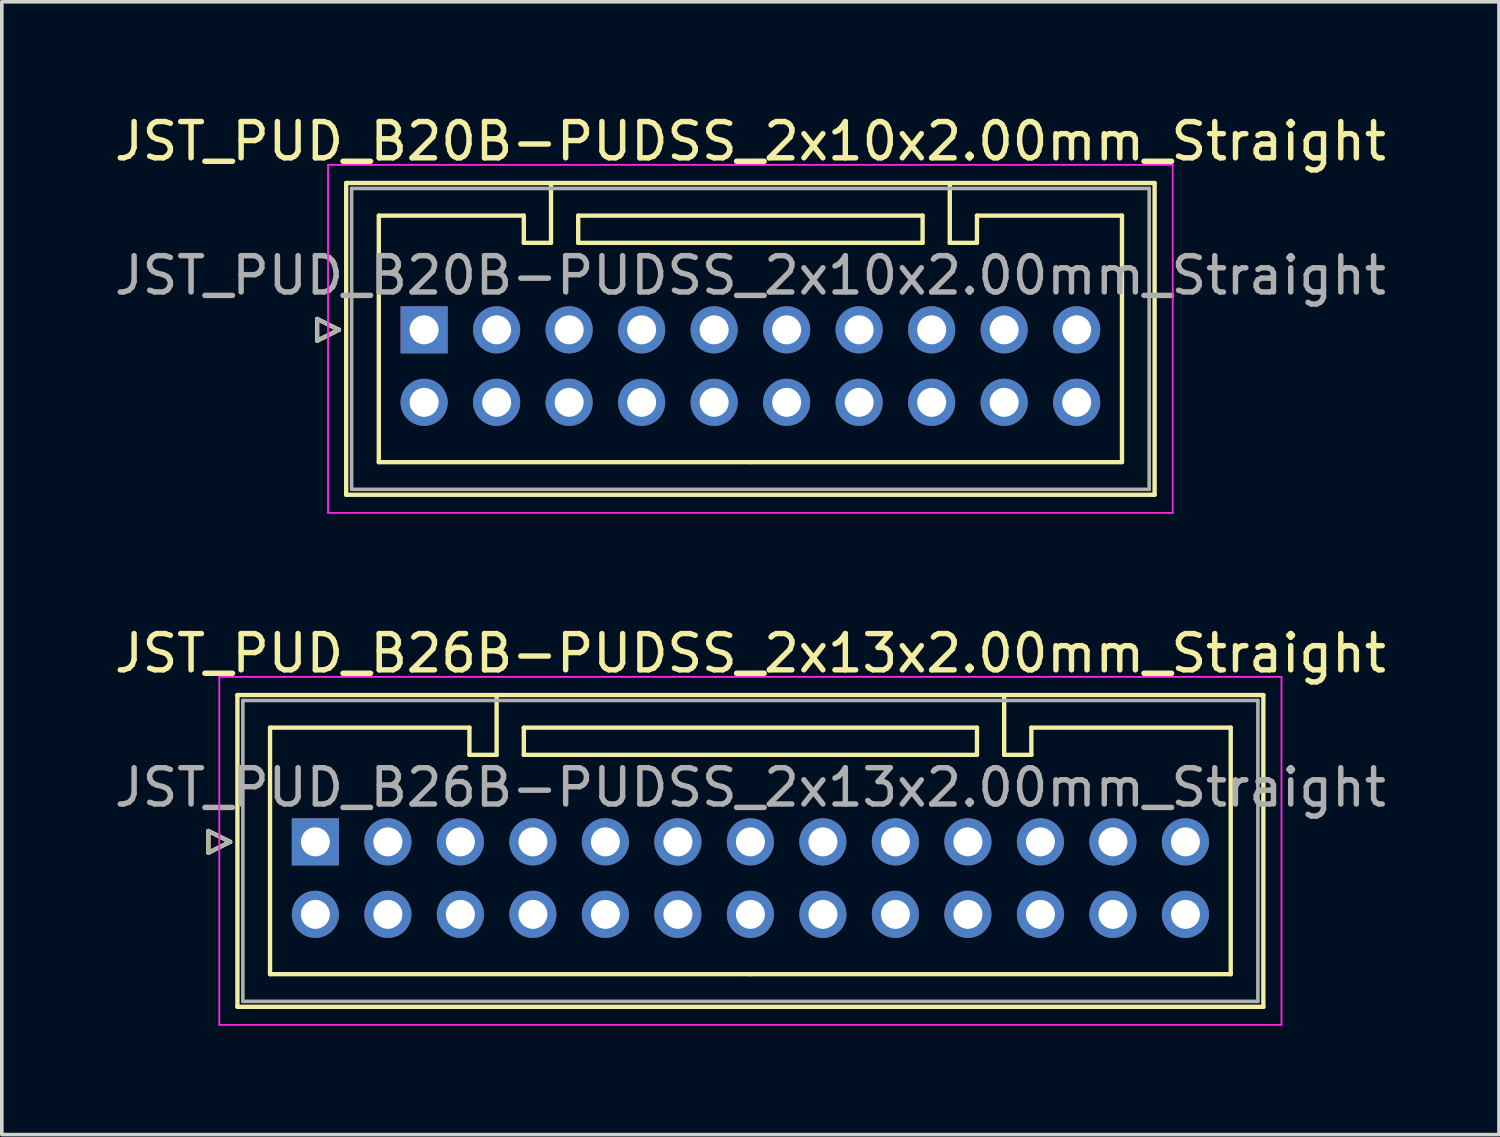
<source format=kicad_pcb>
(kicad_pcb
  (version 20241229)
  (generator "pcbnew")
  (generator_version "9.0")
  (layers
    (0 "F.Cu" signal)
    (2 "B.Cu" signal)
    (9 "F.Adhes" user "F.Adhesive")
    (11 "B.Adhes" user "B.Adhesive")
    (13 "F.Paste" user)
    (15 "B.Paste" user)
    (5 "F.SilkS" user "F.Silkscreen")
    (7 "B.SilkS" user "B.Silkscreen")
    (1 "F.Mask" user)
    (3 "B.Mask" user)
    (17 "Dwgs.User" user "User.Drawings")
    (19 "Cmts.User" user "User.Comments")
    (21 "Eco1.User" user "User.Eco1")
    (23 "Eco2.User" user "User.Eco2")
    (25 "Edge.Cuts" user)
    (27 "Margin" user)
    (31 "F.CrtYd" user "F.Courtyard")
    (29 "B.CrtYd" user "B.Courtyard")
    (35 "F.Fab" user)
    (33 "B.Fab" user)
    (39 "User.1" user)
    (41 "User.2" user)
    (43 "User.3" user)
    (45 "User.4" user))
  (footprint "JST_PUD_B20B-PUDSS_2x10x2.00mm_Straight"
    (layer "F.Cu")
    (at 8.649 6.048)
    (property "Reference" "JST_PUD_B20B-PUDSS_2x10x2.00mm_Straight" (at 9 -5.2 0) (layer "F.SilkS") (effects (font (size 1 1) (thickness 0.15))))
    (attr through_hole)
    (fp_line (start -2.95 -0.3) (end -2.35 0) (stroke (width 0.12) (type solid)) (layer "F.SilkS"))
    (fp_line (start -2.95 0.3) (end -2.95 -0.3) (stroke (width 0.12) (type solid)) (layer "F.SilkS"))
    (fp_line (start -2.35 0) (end -2.95 0.3) (stroke (width 0.12) (type solid)) (layer "F.SilkS"))
    (fp_line (start -2.15 -4.05) (end -2.15 4.55) (stroke (width 0.12) (type solid)) (layer "F.SilkS"))
    (fp_line (start -2.15 4.55) (end 20.15 4.55) (stroke (width 0.12) (type solid)) (layer "F.SilkS"))
    (fp_line (start -1.25 -3.15) (end -1.25 3.65) (stroke (width 0.12) (type solid)) (layer "F.SilkS"))
    (fp_line (start -1.25 3.65) (end 9 3.65) (stroke (width 0.12) (type solid)) (layer "F.SilkS"))
    (fp_line (start 2.75 -3.15) (end -1.25 -3.15) (stroke (width 0.12) (type solid)) (layer "F.SilkS"))
    (fp_line (start 2.75 -2.4) (end 2.75 -3.15) (stroke (width 0.12) (type solid)) (layer "F.SilkS"))
    (fp_line (start 3.5 -4.05) (end 3.5 -2.4) (stroke (width 0.12) (type solid)) (layer "F.SilkS"))
    (fp_line (start 3.5 -2.4) (end 2.75 -2.4) (stroke (width 0.12) (type solid)) (layer "F.SilkS"))
    (fp_line (start 4.25 -3.15) (end 4.25 -2.4) (stroke (width 0.12) (type solid)) (layer "F.SilkS"))
    (fp_line (start 4.25 -2.4) (end 13.75 -2.4) (stroke (width 0.12) (type solid)) (layer "F.SilkS"))
    (fp_line (start 13.75 -3.15) (end 4.25 -3.15) (stroke (width 0.12) (type solid)) (layer "F.SilkS"))
    (fp_line (start 13.75 -2.4) (end 13.75 -3.15) (stroke (width 0.12) (type solid)) (layer "F.SilkS"))
    (fp_line (start 14.5 -4.05) (end 14.5 -2.4) (stroke (width 0.12) (type solid)) (layer "F.SilkS"))
    (fp_line (start 14.5 -2.4) (end 15.25 -2.4) (stroke (width 0.12) (type solid)) (layer "F.SilkS"))
    (fp_line (start 15.25 -3.15) (end 19.25 -3.15) (stroke (width 0.12) (type solid)) (layer "F.SilkS"))
    (fp_line (start 15.25 -2.4) (end 15.25 -3.15) (stroke (width 0.12) (type solid)) (layer "F.SilkS"))
    (fp_line (start 19.25 -3.15) (end 19.25 3.65) (stroke (width 0.12) (type solid)) (layer "F.SilkS"))
    (fp_line (start 19.25 3.65) (end 9 3.65) (stroke (width 0.12) (type solid)) (layer "F.SilkS"))
    (fp_line (start 20.15 -4.05) (end -2.15 -4.05) (stroke (width 0.12) (type solid)) (layer "F.SilkS"))
    (fp_line (start 20.15 4.55) (end 20.15 -4.05) (stroke (width 0.12) (type solid)) (layer "F.SilkS"))
    (fp_line (start -2.65 -4.55) (end -2.65 5.05) (stroke (width 0.05) (type solid)) (layer "F.CrtYd"))
    (fp_line (start -2.65 5.05) (end 20.65 5.05) (stroke (width 0.05) (type solid)) (layer "F.CrtYd"))
    (fp_line (start 20.65 -4.55) (end -2.65 -4.55) (stroke (width 0.05) (type solid)) (layer "F.CrtYd"))
    (fp_line (start 20.65 5.05) (end 20.65 -4.55) (stroke (width 0.05) (type solid)) (layer "F.CrtYd"))
    (fp_line (start -2.95 -0.3) (end -2.35 0) (stroke (width 0.1) (type solid)) (layer "F.Fab"))
    (fp_line (start -2.95 0.3) (end -2.95 -0.3) (stroke (width 0.1) (type solid)) (layer "F.Fab"))
    (fp_line (start -2.35 0) (end -2.95 0.3) (stroke (width 0.1) (type solid)) (layer "F.Fab"))
    (fp_line (start -2 -3.9) (end -2 4.4) (stroke (width 0.1) (type solid)) (layer "F.Fab"))
    (fp_line (start -2 4.4) (end 20 4.4) (stroke (width 0.1) (type solid)) (layer "F.Fab"))
    (fp_line (start 20 -3.9) (end -2 -3.9) (stroke (width 0.1) (type solid)) (layer "F.Fab"))
    (fp_line (start 20 4.4) (end 20 -3.9) (stroke (width 0.1) (type solid)) (layer "F.Fab"))
    (fp_text user "${REFERENCE}" (at 9 -1.5 0) (layer "F.Fab") (effects (font (size 1 1) (thickness 0.15))))
    (pad "1" thru_hole rect (at 0 0) (size 1.3 1.3) (drill 0.8) (layers "*.Cu" "*.Mask"))
    (pad "2" thru_hole circle (at 0 2) (size 1.3 1.3) (drill 0.8) (layers "*.Cu" "*.Mask"))
    (pad "3" thru_hole circle (at 2 0) (size 1.3 1.3) (drill 0.8) (layers "*.Cu" "*.Mask"))
    (pad "4" thru_hole circle (at 2 2) (size 1.3 1.3) (drill 0.8) (layers "*.Cu" "*.Mask"))
    (pad "5" thru_hole circle (at 4 0) (size 1.3 1.3) (drill 0.8) (layers "*.Cu" "*.Mask"))
    (pad "6" thru_hole circle (at 4 2) (size 1.3 1.3) (drill 0.8) (layers "*.Cu" "*.Mask"))
    (pad "7" thru_hole circle (at 6 0) (size 1.3 1.3) (drill 0.8) (layers "*.Cu" "*.Mask"))
    (pad "8" thru_hole circle (at 6 2) (size 1.3 1.3) (drill 0.8) (layers "*.Cu" "*.Mask"))
    (pad "9" thru_hole circle (at 8 0) (size 1.3 1.3) (drill 0.8) (layers "*.Cu" "*.Mask"))
    (pad "10" thru_hole circle (at 8 2) (size 1.3 1.3) (drill 0.8) (layers "*.Cu" "*.Mask"))
    (pad "11" thru_hole circle (at 10 0) (size 1.3 1.3) (drill 0.8) (layers "*.Cu" "*.Mask"))
    (pad "12" thru_hole circle (at 10 2) (size 1.3 1.3) (drill 0.8) (layers "*.Cu" "*.Mask"))
    (pad "13" thru_hole circle (at 12 0) (size 1.3 1.3) (drill 0.8) (layers "*.Cu" "*.Mask"))
    (pad "14" thru_hole circle (at 12 2) (size 1.3 1.3) (drill 0.8) (layers "*.Cu" "*.Mask"))
    (pad "15" thru_hole circle (at 14 0) (size 1.3 1.3) (drill 0.8) (layers "*.Cu" "*.Mask"))
    (pad "16" thru_hole circle (at 14 2) (size 1.3 1.3) (drill 0.8) (layers "*.Cu" "*.Mask"))
    (pad "17" thru_hole circle (at 16 0) (size 1.3 1.3) (drill 0.8) (layers "*.Cu" "*.Mask"))
    (pad "18" thru_hole circle (at 16 2) (size 1.3 1.3) (drill 0.8) (layers "*.Cu" "*.Mask"))
    (pad "19" thru_hole circle (at 18 0) (size 1.3 1.3) (drill 0.8) (layers "*.Cu" "*.Mask"))
    (pad "20" thru_hole circle (at 18 2) (size 1.3 1.3) (drill 0.8) (layers "*.Cu" "*.Mask")))
  (footprint "JST_PUD_B26B-PUDSS_2x13x2.00mm_Straight"
    (layer "F.Cu")
    (at 5.649 20.172)
    (property "Reference" "JST_PUD_B26B-PUDSS_2x13x2.00mm_Straight" (at 12 -5.2 0) (layer "F.SilkS") (effects (font (size 1 1) (thickness 0.15))))
    (attr through_hole)
    (fp_line (start -2.95 -0.3) (end -2.35 0) (stroke (width 0.12) (type solid)) (layer "F.SilkS"))
    (fp_line (start -2.95 0.3) (end -2.95 -0.3) (stroke (width 0.12) (type solid)) (layer "F.SilkS"))
    (fp_line (start -2.35 0) (end -2.95 0.3) (stroke (width 0.12) (type solid)) (layer "F.SilkS"))
    (fp_line (start -2.15 -4.05) (end -2.15 4.55) (stroke (width 0.12) (type solid)) (layer "F.SilkS"))
    (fp_line (start -2.15 4.55) (end 26.15 4.55) (stroke (width 0.12) (type solid)) (layer "F.SilkS"))
    (fp_line (start -1.25 -3.15) (end -1.25 3.65) (stroke (width 0.12) (type solid)) (layer "F.SilkS"))
    (fp_line (start -1.25 3.65) (end 12 3.65) (stroke (width 0.12) (type solid)) (layer "F.SilkS"))
    (fp_line (start 4.25 -3.15) (end -1.25 -3.15) (stroke (width 0.12) (type solid)) (layer "F.SilkS"))
    (fp_line (start 4.25 -2.4) (end 4.25 -3.15) (stroke (width 0.12) (type solid)) (layer "F.SilkS"))
    (fp_line (start 5 -4.05) (end 5 -2.4) (stroke (width 0.12) (type solid)) (layer "F.SilkS"))
    (fp_line (start 5 -2.4) (end 4.25 -2.4) (stroke (width 0.12) (type solid)) (layer "F.SilkS"))
    (fp_line (start 5.75 -3.15) (end 5.75 -2.4) (stroke (width 0.12) (type solid)) (layer "F.SilkS"))
    (fp_line (start 5.75 -2.4) (end 18.25 -2.4) (stroke (width 0.12) (type solid)) (layer "F.SilkS"))
    (fp_line (start 18.25 -3.15) (end 5.75 -3.15) (stroke (width 0.12) (type solid)) (layer "F.SilkS"))
    (fp_line (start 18.25 -2.4) (end 18.25 -3.15) (stroke (width 0.12) (type solid)) (layer "F.SilkS"))
    (fp_line (start 19 -4.05) (end 19 -2.4) (stroke (width 0.12) (type solid)) (layer "F.SilkS"))
    (fp_line (start 19 -2.4) (end 19.75 -2.4) (stroke (width 0.12) (type solid)) (layer "F.SilkS"))
    (fp_line (start 19.75 -3.15) (end 25.25 -3.15) (stroke (width 0.12) (type solid)) (layer "F.SilkS"))
    (fp_line (start 19.75 -2.4) (end 19.75 -3.15) (stroke (width 0.12) (type solid)) (layer "F.SilkS"))
    (fp_line (start 25.25 -3.15) (end 25.25 3.65) (stroke (width 0.12) (type solid)) (layer "F.SilkS"))
    (fp_line (start 25.25 3.65) (end 12 3.65) (stroke (width 0.12) (type solid)) (layer "F.SilkS"))
    (fp_line (start 26.15 -4.05) (end -2.15 -4.05) (stroke (width 0.12) (type solid)) (layer "F.SilkS"))
    (fp_line (start 26.15 4.55) (end 26.15 -4.05) (stroke (width 0.12) (type solid)) (layer "F.SilkS"))
    (fp_line (start -2.65 -4.55) (end -2.65 5.05) (stroke (width 0.05) (type solid)) (layer "F.CrtYd"))
    (fp_line (start -2.65 5.05) (end 26.65 5.05) (stroke (width 0.05) (type solid)) (layer "F.CrtYd"))
    (fp_line (start 26.65 -4.55) (end -2.65 -4.55) (stroke (width 0.05) (type solid)) (layer "F.CrtYd"))
    (fp_line (start 26.65 5.05) (end 26.65 -4.55) (stroke (width 0.05) (type solid)) (layer "F.CrtYd"))
    (fp_line (start -2.95 -0.3) (end -2.35 0) (stroke (width 0.1) (type solid)) (layer "F.Fab"))
    (fp_line (start -2.95 0.3) (end -2.95 -0.3) (stroke (width 0.1) (type solid)) (layer "F.Fab"))
    (fp_line (start -2.35 0) (end -2.95 0.3) (stroke (width 0.1) (type solid)) (layer "F.Fab"))
    (fp_line (start -2 -3.9) (end -2 4.4) (stroke (width 0.1) (type solid)) (layer "F.Fab"))
    (fp_line (start -2 4.4) (end 26 4.4) (stroke (width 0.1) (type solid)) (layer "F.Fab"))
    (fp_line (start 26 -3.9) (end -2 -3.9) (stroke (width 0.1) (type solid)) (layer "F.Fab"))
    (fp_line (start 26 4.4) (end 26 -3.9) (stroke (width 0.1) (type solid)) (layer "F.Fab"))
    (fp_text user "${REFERENCE}" (at 12 -1.5 0) (layer "F.Fab") (effects (font (size 1 1) (thickness 0.15))))
    (pad "1" thru_hole rect (at 0 0) (size 1.3 1.3) (drill 0.8) (layers "*.Cu" "*.Mask"))
    (pad "2" thru_hole circle (at 0 2) (size 1.3 1.3) (drill 0.8) (layers "*.Cu" "*.Mask"))
    (pad "3" thru_hole circle (at 2 0) (size 1.3 1.3) (drill 0.8) (layers "*.Cu" "*.Mask"))
    (pad "4" thru_hole circle (at 2 2) (size 1.3 1.3) (drill 0.8) (layers "*.Cu" "*.Mask"))
    (pad "5" thru_hole circle (at 4 0) (size 1.3 1.3) (drill 0.8) (layers "*.Cu" "*.Mask"))
    (pad "6" thru_hole circle (at 4 2) (size 1.3 1.3) (drill 0.8) (layers "*.Cu" "*.Mask"))
    (pad "7" thru_hole circle (at 6 0) (size 1.3 1.3) (drill 0.8) (layers "*.Cu" "*.Mask"))
    (pad "8" thru_hole circle (at 6 2) (size 1.3 1.3) (drill 0.8) (layers "*.Cu" "*.Mask"))
    (pad "9" thru_hole circle (at 8 0) (size 1.3 1.3) (drill 0.8) (layers "*.Cu" "*.Mask"))
    (pad "10" thru_hole circle (at 8 2) (size 1.3 1.3) (drill 0.8) (layers "*.Cu" "*.Mask"))
    (pad "11" thru_hole circle (at 10 0) (size 1.3 1.3) (drill 0.8) (layers "*.Cu" "*.Mask"))
    (pad "12" thru_hole circle (at 10 2) (size 1.3 1.3) (drill 0.8) (layers "*.Cu" "*.Mask"))
    (pad "13" thru_hole circle (at 12 0) (size 1.3 1.3) (drill 0.8) (layers "*.Cu" "*.Mask"))
    (pad "14" thru_hole circle (at 12 2) (size 1.3 1.3) (drill 0.8) (layers "*.Cu" "*.Mask"))
    (pad "15" thru_hole circle (at 14 0) (size 1.3 1.3) (drill 0.8) (layers "*.Cu" "*.Mask"))
    (pad "16" thru_hole circle (at 14 2) (size 1.3 1.3) (drill 0.8) (layers "*.Cu" "*.Mask"))
    (pad "17" thru_hole circle (at 16 0) (size 1.3 1.3) (drill 0.8) (layers "*.Cu" "*.Mask"))
    (pad "18" thru_hole circle (at 16 2) (size 1.3 1.3) (drill 0.8) (layers "*.Cu" "*.Mask"))
    (pad "19" thru_hole circle (at 18 0) (size 1.3 1.3) (drill 0.8) (layers "*.Cu" "*.Mask"))
    (pad "20" thru_hole circle (at 18 2) (size 1.3 1.3) (drill 0.8) (layers "*.Cu" "*.Mask"))
    (pad "21" thru_hole circle (at 20 0) (size 1.3 1.3) (drill 0.8) (layers "*.Cu" "*.Mask"))
    (pad "22" thru_hole circle (at 20 2) (size 1.3 1.3) (drill 0.8) (layers "*.Cu" "*.Mask"))
    (pad "23" thru_hole circle (at 22 0) (size 1.3 1.3) (drill 0.8) (layers "*.Cu" "*.Mask"))
    (pad "24" thru_hole circle (at 22 2) (size 1.3 1.3) (drill 0.8) (layers "*.Cu" "*.Mask"))
    (pad "25" thru_hole circle (at 24 0) (size 1.3 1.3) (drill 0.8) (layers "*.Cu" "*.Mask"))
    (pad "26" thru_hole circle (at 24 2) (size 1.3 1.3) (drill 0.8) (layers "*.Cu" "*.Mask")))
  (gr_rect
    (start -3 -3)
    (end 38.298 28.247)
    (stroke (width 0.1) (type default))
    (fill no)
    (layer "Edge.Cuts")))
</source>
